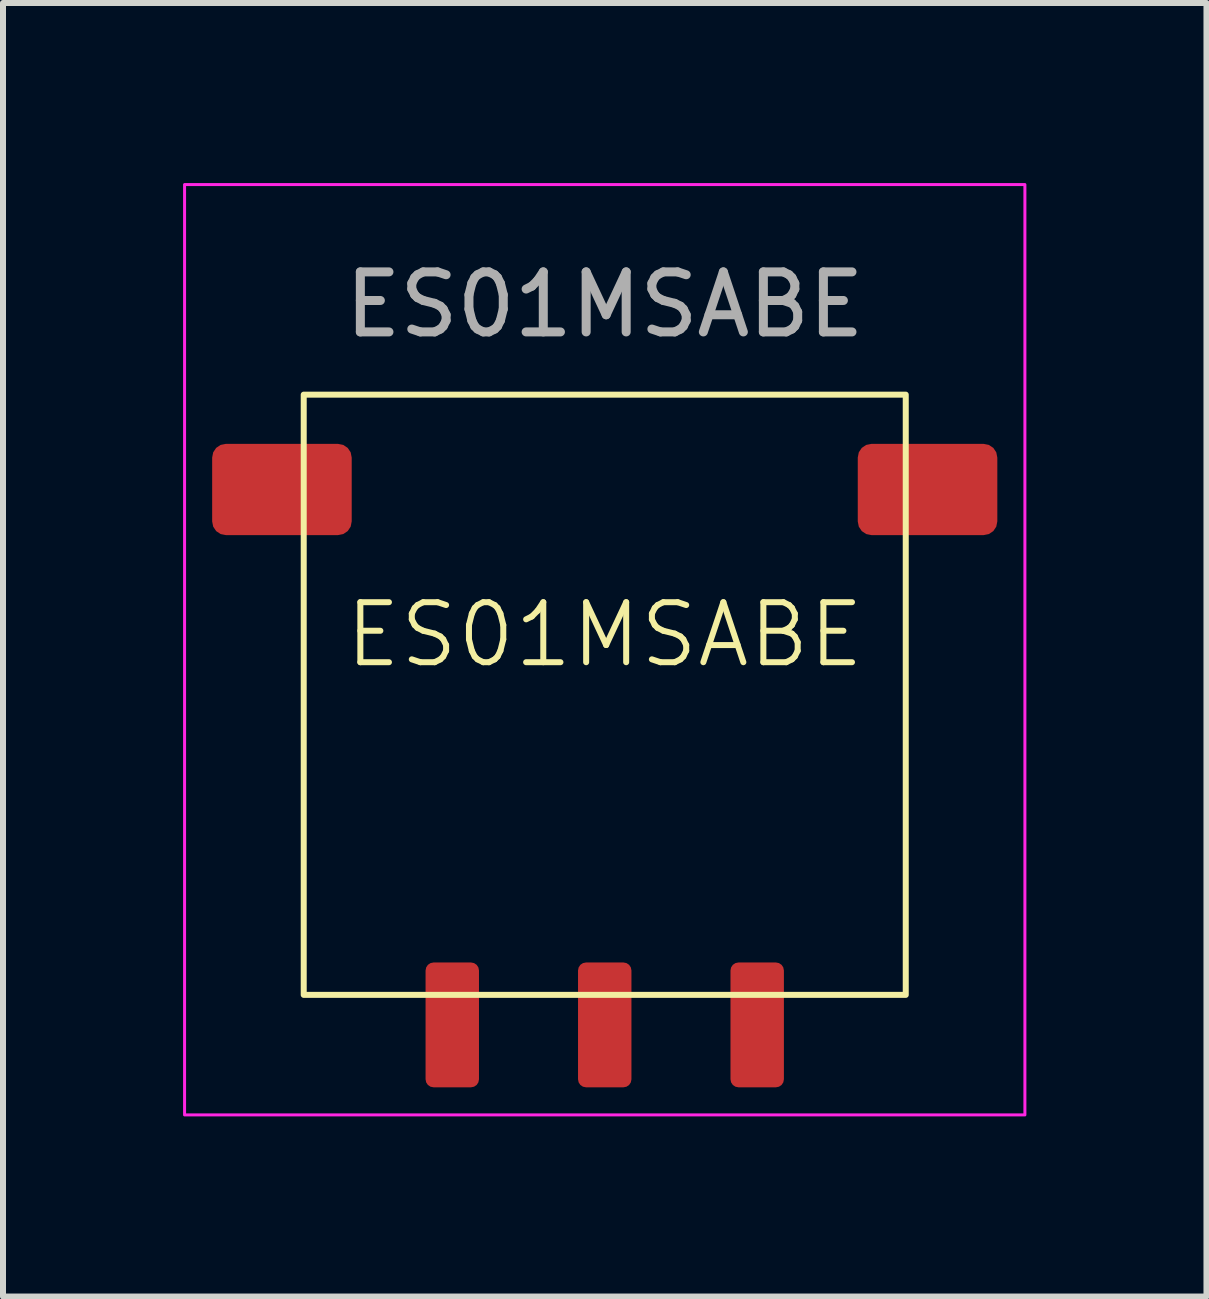
<source format=kicad_pcb>
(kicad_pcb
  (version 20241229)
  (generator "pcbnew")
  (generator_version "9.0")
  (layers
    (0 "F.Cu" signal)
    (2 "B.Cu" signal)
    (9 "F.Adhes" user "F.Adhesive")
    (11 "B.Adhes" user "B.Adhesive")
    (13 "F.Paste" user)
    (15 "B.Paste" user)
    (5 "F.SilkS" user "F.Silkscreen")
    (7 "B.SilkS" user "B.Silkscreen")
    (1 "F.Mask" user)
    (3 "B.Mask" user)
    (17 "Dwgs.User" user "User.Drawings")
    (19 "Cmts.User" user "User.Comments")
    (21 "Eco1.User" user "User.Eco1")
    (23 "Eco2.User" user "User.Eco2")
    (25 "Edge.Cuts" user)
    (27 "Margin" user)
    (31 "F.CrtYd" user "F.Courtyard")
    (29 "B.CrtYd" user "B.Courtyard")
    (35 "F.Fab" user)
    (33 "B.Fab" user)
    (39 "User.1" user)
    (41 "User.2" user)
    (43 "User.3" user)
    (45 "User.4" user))
  (footprint "ES01MSABE"
    (layer "F.Cu")
    (at 7.025 8.525)
    (property "Reference" "ES01MSABE" (at 0 -1 0) (unlocked yes) (layer "F.SilkS") (effects (font (size 1 1) (thickness 0.1))))
    (attr smd)
    (fp_rect (start -5.015 -5) (end 5.015 5) (stroke (width 0.1) (type solid)) (fill no) (layer "F.SilkS"))
    (fp_rect (start -7 -8.5) (end 7 7) (stroke (width 0.05) (type default)) (fill no) (layer "F.CrtYd"))
    (fp_text user "${REFERENCE}" (at 0 -6.5 0) (unlocked yes) (layer "F.Fab") (effects (font (size 1 1) (thickness 0.15))))
    (pad "" smd roundrect (at -5.378 -3.42) (size 2.325 1.52) (layers "F.Cu" "F.Mask" "F.Paste") (roundrect_rratio 0.15))
    (pad "" smd roundrect (at 5.378 -3.42) (size 2.325 1.52) (layers "F.Cu" "F.Mask" "F.Paste") (roundrect_rratio 0.15))
    (pad "1" smd roundrect (at 2.54 5.5) (size 0.89 2.08) (layers "F.Cu" "F.Mask" "F.Paste") (roundrect_rratio 0.15))
    (pad "2" smd roundrect (at 0 5.5) (size 0.89 2.08) (layers "F.Cu" "F.Mask" "F.Paste") (roundrect_rratio 0.15))
    (pad "3" smd roundrect (at -2.54 5.5) (size 0.89 2.08) (layers "F.Cu" "F.Mask" "F.Paste") (roundrect_rratio 0.15)))
  (gr_rect
    (start -3 -3)
    (end 17.05 18.55)
    (stroke (width 0.1) (type default))
    (fill no)
    (layer "Edge.Cuts")))
</source>
